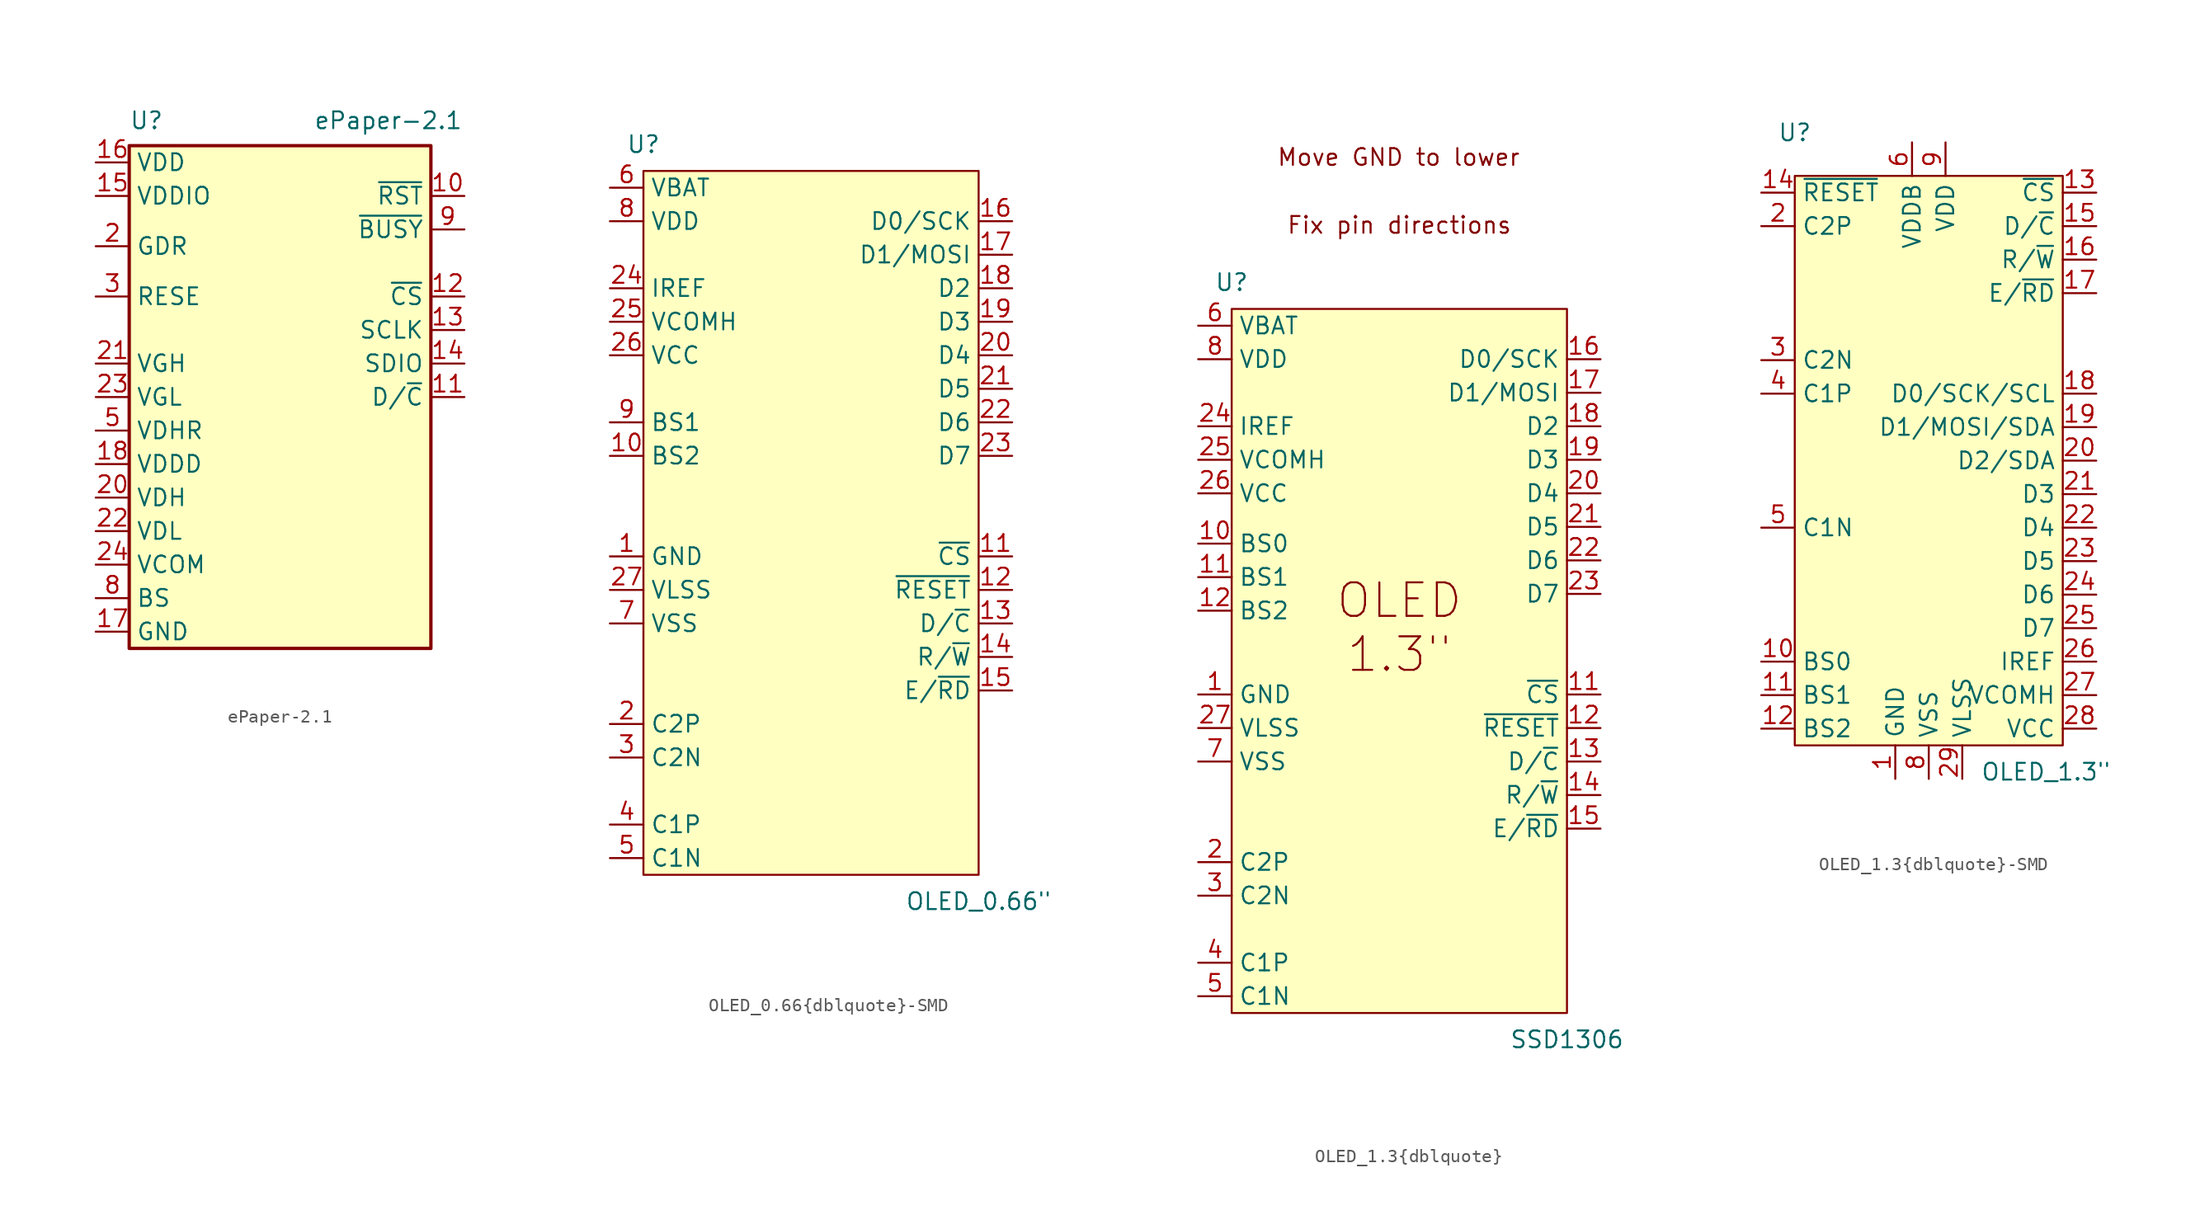
<source format=kicad_sym>
(kicad_symbol_lib
  (version 20231120)
  (generator "kicad_symbol_editor")
  (generator_version "8.0")
  (symbol "ePaper-2.1"
    (property "Reference" "U"
      (at -11.43 19.685 0)
      (effects (font (size 1.27 1.27)) (justify left)))
    (property "Value" "ePaper-2.1"
      (at 2.54 19.685 0)
      (effects (font (size 1.27 1.27)) (justify left)))
    (symbol "ePaper-2.1_0_1"
      (rectangle (start -11.43 17.78) (end 11.43 -20.32) (stroke (width 0.254) (type default)) (fill (type background))))
    (symbol "ePaper-2.1_1_1"
      (pin no_connect line (at 11.43 -8.89 180) (length 2.54) hide (name "NC" (effects (font (size 1.27 1.27)))) (number "1" (effects (font (size 1.27 1.27)))))
      (pin input line (at 13.97 13.97 180) (length 2.54) (name "~{RST}" (effects (font (size 1.27 1.27)))) (number "10" (effects (font (size 1.27 1.27)))))
      (pin input line (at 13.97 -1.27 180) (length 2.54) (name "D/~{C}" (effects (font (size 1.27 1.27)))) (number "11" (effects (font (size 1.27 1.27)))))
      (pin input line (at 13.97 6.35 180) (length 2.54) (name "~{CS}" (effects (font (size 1.27 1.27)))) (number "12" (effects (font (size 1.27 1.27)))))
      (pin input line (at 13.97 3.81 180) (length 2.54) (name "SCLK" (effects (font (size 1.27 1.27)))) (number "13" (effects (font (size 1.27 1.27)))))
      (pin bidirectional line (at 13.97 1.27 180) (length 2.54) (name "SDIO" (effects (font (size 1.27 1.27)))) (number "14" (effects (font (size 1.27 1.27)))))
      (pin power_in line (at -13.97 13.97 0) (length 2.54) (name "VDDIO" (effects (font (size 1.27 1.27)))) (number "15" (effects (font (size 1.27 1.27)))))
      (pin power_in line (at -13.97 16.51 0) (length 2.54) (name "VDD" (effects (font (size 1.27 1.27)))) (number "16" (effects (font (size 1.27 1.27)))))
      (pin power_out line (at -13.97 -19.05 0) (length 2.54) (name "GND" (effects (font (size 1.27 1.27)))) (number "17" (effects (font (size 1.27 1.27)))))
      (pin power_in line (at -13.97 -6.35 0) (length 2.54) (name "VDDD" (effects (font (size 1.27 1.27)))) (number "18" (effects (font (size 1.27 1.27)))))
      (pin no_connect line (at 11.43 -19.05 180) (length 2.54) hide (name "NC" (effects (font (size 1.27 1.27)))) (number "19" (effects (font (size 1.27 1.27)))))
      (pin output line (at -13.97 10.16 0) (length 2.54) (name "GDR" (effects (font (size 1.27 1.27)))) (number "2" (effects (font (size 1.27 1.27)))))
      (pin power_in line (at -13.97 -8.89 0) (length 2.54) (name "VDH" (effects (font (size 1.27 1.27)))) (number "20" (effects (font (size 1.27 1.27)))))
      (pin power_in line (at -13.97 1.27 0) (length 2.54) (name "VGH" (effects (font (size 1.27 1.27)))) (number "21" (effects (font (size 1.27 1.27)))))
      (pin power_in line (at -13.97 -11.43 0) (length 2.54) (name "VDL" (effects (font (size 1.27 1.27)))) (number "22" (effects (font (size 1.27 1.27)))))
      (pin power_in line (at -13.97 -1.27 0) (length 2.54) (name "VGL" (effects (font (size 1.27 1.27)))) (number "23" (effects (font (size 1.27 1.27)))))
      (pin power_in line (at -13.97 -13.97 0) (length 2.54) (name "VCOM" (effects (font (size 1.27 1.27)))) (number "24" (effects (font (size 1.27 1.27)))))
      (pin input line (at -13.97 6.35 0) (length 2.54) (name "RESE" (effects (font (size 1.27 1.27)))) (number "3" (effects (font (size 1.27 1.27)))))
      (pin no_connect line (at 11.43 -11.43 180) (length 2.54) hide (name "NC" (effects (font (size 1.27 1.27)))) (number "4" (effects (font (size 1.27 1.27)))))
      (pin power_in line (at -13.97 -3.81 0) (length 2.54) (name "VDHR" (effects (font (size 1.27 1.27)))) (number "5" (effects (font (size 1.27 1.27)))))
      (pin no_connect line (at 11.43 -13.97 180) (length 2.54) hide (name "NC" (effects (font (size 1.27 1.27)))) (number "6" (effects (font (size 1.27 1.27)))))
      (pin no_connect line (at 11.43 -16.51 180) (length 2.54) hide (name "NC" (effects (font (size 1.27 1.27)))) (number "7" (effects (font (size 1.27 1.27)))))
      (pin input line (at -13.97 -16.51 0) (length 2.54) (name "BS" (effects (font (size 1.27 1.27)))) (number "8" (effects (font (size 1.27 1.27)))))
      (pin output line (at 13.97 11.43 180) (length 2.54) (name "~{BUSY}" (effects (font (size 1.27 1.27)))) (number "9" (effects (font (size 1.27 1.27)))))))
  (symbol "OLED_0.66{dblquote}-SMD"
    (property "Reference" "U"
      (at -12.7 25.4 0)
      (effects (font (size 1.27 1.27)) (justify bottom)))
    (property "Value" "OLED_0.66\""
      (at 12.7 -30.48 0)
      (effects (font (size 1.27 1.27)) (justify top)))
    (symbol "OLED_0.66{dblquote}-SMD_1_0"
      (rectangle (start -12.7 24.13) (end 12.7 -29.21) (stroke (width 0) (type default)) (fill (type background)))
      (pin bidirectional line (at -15.24 -5.08 0) (length 2.54) (name "GND" (effects (font (size 1.27 1.27)))) (number "1" (effects (font (size 1.27 1.27)))))
      (pin bidirectional line (at -15.24 2.54 0) (length 2.54) (name "BS2" (effects (font (size 1.27 1.27)))) (number "10" (effects (font (size 1.27 1.27)))))
      (pin bidirectional line (at 15.24 -5.08 180) (length 2.54) (name "~{CS}" (effects (font (size 1.27 1.27)))) (number "11" (effects (font (size 1.27 1.27)))))
      (pin bidirectional line (at 15.24 -7.62 180) (length 2.54) (name "~{RESET}" (effects (font (size 1.27 1.27)))) (number "12" (effects (font (size 1.27 1.27)))))
      (pin bidirectional line (at 15.24 -10.16 180) (length 2.54) (name "D/~{C}" (effects (font (size 1.27 1.27)))) (number "13" (effects (font (size 1.27 1.27)))))
      (pin bidirectional line (at 15.24 -12.7 180) (length 2.54) (name "R/~{W}" (effects (font (size 1.27 1.27)))) (number "14" (effects (font (size 1.27 1.27)))))
      (pin bidirectional line (at 15.24 -15.24 180) (length 2.54) (name "E/~{RD}" (effects (font (size 1.27 1.27)))) (number "15" (effects (font (size 1.27 1.27)))))
      (pin bidirectional line (at 15.24 20.32 180) (length 2.54) (name "D0/SCK" (effects (font (size 1.27 1.27)))) (number "16" (effects (font (size 1.27 1.27)))))
      (pin bidirectional line (at 15.24 17.78 180) (length 2.54) (name "D1/MOSI" (effects (font (size 1.27 1.27)))) (number "17" (effects (font (size 1.27 1.27)))))
      (pin bidirectional line (at 15.24 15.24 180) (length 2.54) (name "D2" (effects (font (size 1.27 1.27)))) (number "18" (effects (font (size 1.27 1.27)))))
      (pin bidirectional line (at 15.24 12.7 180) (length 2.54) (name "D3" (effects (font (size 1.27 1.27)))) (number "19" (effects (font (size 1.27 1.27)))))
      (pin bidirectional line (at -15.24 -17.78 0) (length 2.54) (name "C2P" (effects (font (size 1.27 1.27)))) (number "2" (effects (font (size 1.27 1.27)))))
      (pin bidirectional line (at 15.24 10.16 180) (length 2.54) (name "D4" (effects (font (size 1.27 1.27)))) (number "20" (effects (font (size 1.27 1.27)))))
      (pin bidirectional line (at 15.24 7.62 180) (length 2.54) (name "D5" (effects (font (size 1.27 1.27)))) (number "21" (effects (font (size 1.27 1.27)))))
      (pin bidirectional line (at 15.24 5.08 180) (length 2.54) (name "D6" (effects (font (size 1.27 1.27)))) (number "22" (effects (font (size 1.27 1.27)))))
      (pin bidirectional line (at 15.24 2.54 180) (length 2.54) (name "D7" (effects (font (size 1.27 1.27)))) (number "23" (effects (font (size 1.27 1.27)))))
      (pin bidirectional line (at -15.24 15.24 0) (length 2.54) (name "IREF" (effects (font (size 1.27 1.27)))) (number "24" (effects (font (size 1.27 1.27)))))
      (pin bidirectional line (at -15.24 12.7 0) (length 2.54) (name "VCOMH" (effects (font (size 1.27 1.27)))) (number "25" (effects (font (size 1.27 1.27)))))
      (pin bidirectional line (at -15.24 10.16 0) (length 2.54) (name "VCC" (effects (font (size 1.27 1.27)))) (number "26" (effects (font (size 1.27 1.27)))))
      (pin bidirectional line (at -15.24 -7.62 0) (length 2.54) (name "VLSS" (effects (font (size 1.27 1.27)))) (number "27" (effects (font (size 1.27 1.27)))))
      (pin bidirectional line (at -15.24 -5.08 0) (length 2.54) hide (name "GND" (effects (font (size 1.27 1.27)))) (number "28" (effects (font (size 1.27 1.27)))))
      (pin bidirectional line (at -15.24 -20.32 0) (length 2.54) (name "C2N" (effects (font (size 1.27 1.27)))) (number "3" (effects (font (size 1.27 1.27)))))
      (pin bidirectional line (at -15.24 -25.4 0) (length 2.54) (name "C1P" (effects (font (size 1.27 1.27)))) (number "4" (effects (font (size 1.27 1.27)))))
      (pin bidirectional line (at -15.24 -27.94 0) (length 2.54) (name "C1N" (effects (font (size 1.27 1.27)))) (number "5" (effects (font (size 1.27 1.27)))))
      (pin bidirectional line (at -15.24 22.86 0) (length 2.54) (name "VBAT" (effects (font (size 1.27 1.27)))) (number "6" (effects (font (size 1.27 1.27)))))
      (pin bidirectional line (at -15.24 -10.16 0) (length 2.54) (name "VSS" (effects (font (size 1.27 1.27)))) (number "7" (effects (font (size 1.27 1.27)))))
      (pin bidirectional line (at -15.24 20.32 0) (length 2.54) (name "VDD" (effects (font (size 1.27 1.27)))) (number "8" (effects (font (size 1.27 1.27)))))
      (pin bidirectional line (at -15.24 5.08 0) (length 2.54) (name "BS1" (effects (font (size 1.27 1.27)))) (number "9" (effects (font (size 1.27 1.27)))))))
  (symbol "OLED_1.3{dblquote}"
    (property "Reference" "U"
      (at -12.7 25.4 0)
      (effects (font (size 1.27 1.27)) (justify bottom)))
    (property "Value" "SSD1306"
      (at 12.7 -30.48 0)
      (effects (font (size 1.27 1.27)) (justify top)))
    (symbol "OLED_1.3{dblquote}_1_0"
      (rectangle (start -12.7 24.13) (end 12.7 -29.21) (stroke (width 0) (type default)) (fill (type background)))
      (text "Fix pin directions" (at 0 30.48 0) (effects (font (size 1.27 1.27))))
      (text "Move GND to lower" (at -0.051 35.623 0) (effects (font (size 1.27 1.27))))
      (text "OLED\n1.3\"" (at 0 0 0) (effects (font (size 2.54 2.54))))
      (pin bidirectional line (at -15.24 -5.08 0) (length 2.54) (name "GND" (effects (font (size 1.27 1.27)))) (number "1" (effects (font (size 1.27 1.27)))))
      (pin bidirectional line (at -15.24 6.35 0) (length 2.54) (name "BS0" (effects (font (size 1.27 1.27)))) (number "10" (effects (font (size 1.27 1.27)))))
      (pin bidirectional line (at -15.24 3.81 0) (length 2.54) (name "BS1" (effects (font (size 1.27 1.27)))) (number "11" (effects (font (size 1.27 1.27)))))
      (pin bidirectional line (at 15.24 -5.08 180) (length 2.54) (name "~{CS}" (effects (font (size 1.27 1.27)))) (number "11" (effects (font (size 1.27 1.27)))))
      (pin bidirectional line (at -15.24 1.27 0) (length 2.54) (name "BS2" (effects (font (size 1.27 1.27)))) (number "12" (effects (font (size 1.27 1.27)))))
      (pin bidirectional line (at 15.24 -7.62 180) (length 2.54) (name "~{RESET}" (effects (font (size 1.27 1.27)))) (number "12" (effects (font (size 1.27 1.27)))))
      (pin bidirectional line (at 15.24 -10.16 180) (length 2.54) (name "D/~{C}" (effects (font (size 1.27 1.27)))) (number "13" (effects (font (size 1.27 1.27)))))
      (pin bidirectional line (at 15.24 -12.7 180) (length 2.54) (name "R/~{W}" (effects (font (size 1.27 1.27)))) (number "14" (effects (font (size 1.27 1.27)))))
      (pin bidirectional line (at 15.24 -15.24 180) (length 2.54) (name "E/~{RD}" (effects (font (size 1.27 1.27)))) (number "15" (effects (font (size 1.27 1.27)))))
      (pin bidirectional line (at 15.24 20.32 180) (length 2.54) (name "D0/SCK" (effects (font (size 1.27 1.27)))) (number "16" (effects (font (size 1.27 1.27)))))
      (pin bidirectional line (at 15.24 17.78 180) (length 2.54) (name "D1/MOSI" (effects (font (size 1.27 1.27)))) (number "17" (effects (font (size 1.27 1.27)))))
      (pin bidirectional line (at 15.24 15.24 180) (length 2.54) (name "D2" (effects (font (size 1.27 1.27)))) (number "18" (effects (font (size 1.27 1.27)))))
      (pin bidirectional line (at 15.24 12.7 180) (length 2.54) (name "D3" (effects (font (size 1.27 1.27)))) (number "19" (effects (font (size 1.27 1.27)))))
      (pin bidirectional line (at -15.24 -17.78 0) (length 2.54) (name "C2P" (effects (font (size 1.27 1.27)))) (number "2" (effects (font (size 1.27 1.27)))))
      (pin bidirectional line (at 15.24 10.16 180) (length 2.54) (name "D4" (effects (font (size 1.27 1.27)))) (number "20" (effects (font (size 1.27 1.27)))))
      (pin bidirectional line (at 15.24 7.62 180) (length 2.54) (name "D5" (effects (font (size 1.27 1.27)))) (number "21" (effects (font (size 1.27 1.27)))))
      (pin bidirectional line (at 15.24 5.08 180) (length 2.54) (name "D6" (effects (font (size 1.27 1.27)))) (number "22" (effects (font (size 1.27 1.27)))))
      (pin bidirectional line (at 15.24 2.54 180) (length 2.54) (name "D7" (effects (font (size 1.27 1.27)))) (number "23" (effects (font (size 1.27 1.27)))))
      (pin bidirectional line (at -15.24 15.24 0) (length 2.54) (name "IREF" (effects (font (size 1.27 1.27)))) (number "24" (effects (font (size 1.27 1.27)))))
      (pin bidirectional line (at -15.24 12.7 0) (length 2.54) (name "VCOMH" (effects (font (size 1.27 1.27)))) (number "25" (effects (font (size 1.27 1.27)))))
      (pin bidirectional line (at -15.24 10.16 0) (length 2.54) (name "VCC" (effects (font (size 1.27 1.27)))) (number "26" (effects (font (size 1.27 1.27)))))
      (pin bidirectional line (at -15.24 -7.62 0) (length 2.54) (name "VLSS" (effects (font (size 1.27 1.27)))) (number "27" (effects (font (size 1.27 1.27)))))
      (pin bidirectional line (at -15.24 -5.08 0) (length 2.54) hide (name "GND" (effects (font (size 1.27 1.27)))) (number "28" (effects (font (size 1.27 1.27)))))
      (pin bidirectional line (at -15.24 -20.32 0) (length 2.54) (name "C2N" (effects (font (size 1.27 1.27)))) (number "3" (effects (font (size 1.27 1.27)))))
      (pin bidirectional line (at -15.24 -25.4 0) (length 2.54) (name "C1P" (effects (font (size 1.27 1.27)))) (number "4" (effects (font (size 1.27 1.27)))))
      (pin bidirectional line (at -15.24 -27.94 0) (length 2.54) (name "C1N" (effects (font (size 1.27 1.27)))) (number "5" (effects (font (size 1.27 1.27)))))
      (pin bidirectional line (at -15.24 22.86 0) (length 2.54) (name "VBAT" (effects (font (size 1.27 1.27)))) (number "6" (effects (font (size 1.27 1.27)))))
      (pin bidirectional line (at -15.24 -10.16 0) (length 2.54) (name "VSS" (effects (font (size 1.27 1.27)))) (number "7" (effects (font (size 1.27 1.27)))))
      (pin bidirectional line (at -15.24 20.32 0) (length 2.54) (name "VDD" (effects (font (size 1.27 1.27)))) (number "8" (effects (font (size 1.27 1.27)))))))
  (symbol "OLED_1.3{dblquote}-SMD"
    (property "Reference" "U"
      (at -10.16 25.4 0)
      (effects (font (size 1.27 1.27)) (justify bottom)))
    (property "Value" "OLED_1.3\""
      (at 8.89 -21.59 0)
      (effects (font (size 1.27 1.27)) (justify top)))
    (symbol "OLED_1.3{dblquote}-SMD_1_0"
      (rectangle (start -10.16 22.86) (end 10.16 -20.32) (stroke (width 0) (type default)) (fill (type background)))
      (pin power_in line (at -2.54 -22.86 90) (length 2.54) (name "GND" (effects (font (size 1.27 1.27)))) (number "1" (effects (font (size 1.27 1.27)))))
      (pin input line (at -12.7 -13.97 0) (length 2.54) (name "BS0" (effects (font (size 1.27 1.27)))) (number "10" (effects (font (size 1.27 1.27)))))
      (pin input line (at -12.7 -16.51 0) (length 2.54) (name "BS1" (effects (font (size 1.27 1.27)))) (number "11" (effects (font (size 1.27 1.27)))))
      (pin input line (at -12.7 -19.05 0) (length 2.54) (name "BS2" (effects (font (size 1.27 1.27)))) (number "12" (effects (font (size 1.27 1.27)))))
      (pin input line (at 12.7 21.59 180) (length 2.54) (name "~{CS}" (effects (font (size 1.27 1.27)))) (number "13" (effects (font (size 1.27 1.27)))))
      (pin input line (at -12.7 21.59 0) (length 2.54) (name "~{RESET}" (effects (font (size 1.27 1.27)))) (number "14" (effects (font (size 1.27 1.27)))))
      (pin input line (at 12.7 19.05 180) (length 2.54) (name "D/~{C}" (effects (font (size 1.27 1.27)))) (number "15" (effects (font (size 1.27 1.27)))))
      (pin input line (at 12.7 16.51 180) (length 2.54) (name "R/~{W}" (effects (font (size 1.27 1.27)))) (number "16" (effects (font (size 1.27 1.27)))))
      (pin input line (at 12.7 13.97 180) (length 2.54) (name "E/~{RD}" (effects (font (size 1.27 1.27)))) (number "17" (effects (font (size 1.27 1.27)))))
      (pin bidirectional line (at 12.7 6.35 180) (length 2.54) (name "D0/SCK/SCL" (effects (font (size 1.27 1.27)))) (number "18" (effects (font (size 1.27 1.27)))))
      (pin bidirectional line (at 12.7 3.81 180) (length 2.54) (name "D1/MOSI/SDA" (effects (font (size 1.27 1.27)))) (number "19" (effects (font (size 1.27 1.27)))))
      (pin passive line (at -12.7 19.05 0) (length 2.54) (name "C2P" (effects (font (size 1.27 1.27)))) (number "2" (effects (font (size 1.27 1.27)))))
      (pin bidirectional line (at 12.7 1.27 180) (length 2.54) (name "D2/SDA" (effects (font (size 1.27 1.27)))) (number "20" (effects (font (size 1.27 1.27)))))
      (pin bidirectional line (at 12.7 -1.27 180) (length 2.54) (name "D3" (effects (font (size 1.27 1.27)))) (number "21" (effects (font (size 1.27 1.27)))))
      (pin bidirectional line (at 12.7 -3.81 180) (length 2.54) (name "D4" (effects (font (size 1.27 1.27)))) (number "22" (effects (font (size 1.27 1.27)))))
      (pin bidirectional line (at 12.7 -6.35 180) (length 2.54) (name "D5" (effects (font (size 1.27 1.27)))) (number "23" (effects (font (size 1.27 1.27)))))
      (pin bidirectional line (at 12.7 -8.89 180) (length 2.54) (name "D6" (effects (font (size 1.27 1.27)))) (number "24" (effects (font (size 1.27 1.27)))))
      (pin bidirectional line (at 12.7 -11.43 180) (length 2.54) (name "D7" (effects (font (size 1.27 1.27)))) (number "25" (effects (font (size 1.27 1.27)))))
      (pin input line (at 12.7 -13.97 180) (length 2.54) (name "IREF" (effects (font (size 1.27 1.27)))) (number "26" (effects (font (size 1.27 1.27)))))
      (pin output line (at 12.7 -16.51 180) (length 2.54) (name "VCOMH" (effects (font (size 1.27 1.27)))) (number "27" (effects (font (size 1.27 1.27)))))
      (pin power_in line (at 12.7 -19.05 180) (length 2.54) (name "VCC" (effects (font (size 1.27 1.27)))) (number "28" (effects (font (size 1.27 1.27)))))
      (pin power_in line (at 2.54 -22.86 90) (length 2.54) (name "VLSS" (effects (font (size 1.27 1.27)))) (number "29" (effects (font (size 1.27 1.27)))))
      (pin passive line (at -12.7 8.89 0) (length 2.54) (name "C2N" (effects (font (size 1.27 1.27)))) (number "3" (effects (font (size 1.27 1.27)))))
      (pin power_in line (at -2.54 -22.86 90) (length 2.54) hide (name "GND" (effects (font (size 1.27 1.27)))) (number "30" (effects (font (size 1.27 1.27)))))
      (pin passive line (at -12.7 6.35 0) (length 2.54) (name "C1P" (effects (font (size 1.27 1.27)))) (number "4" (effects (font (size 1.27 1.27)))))
      (pin passive line (at -12.7 -3.81 0) (length 2.54) (name "C1N" (effects (font (size 1.27 1.27)))) (number "5" (effects (font (size 1.27 1.27)))))
      (pin power_in line (at -1.27 25.4 270) (length 2.54) (name "VDDB" (effects (font (size 1.27 1.27)))) (number "6" (effects (font (size 1.27 1.27)))))
      (pin no_connect line (at 12.7 8.89 180) (length 2.54) hide (name "NC" (effects (font (size 1.27 1.27)))) (number "7" (effects (font (size 1.27 1.27)))))
      (pin power_in line (at 0 -22.86 90) (length 2.54) (name "VSS" (effects (font (size 1.27 1.27)))) (number "8" (effects (font (size 1.27 1.27)))))
      (pin power_in line (at 1.27 25.4 270) (length 2.54) (name "VDD" (effects (font (size 1.27 1.27)))) (number "9" (effects (font (size 1.27 1.27))))))))
</source>
